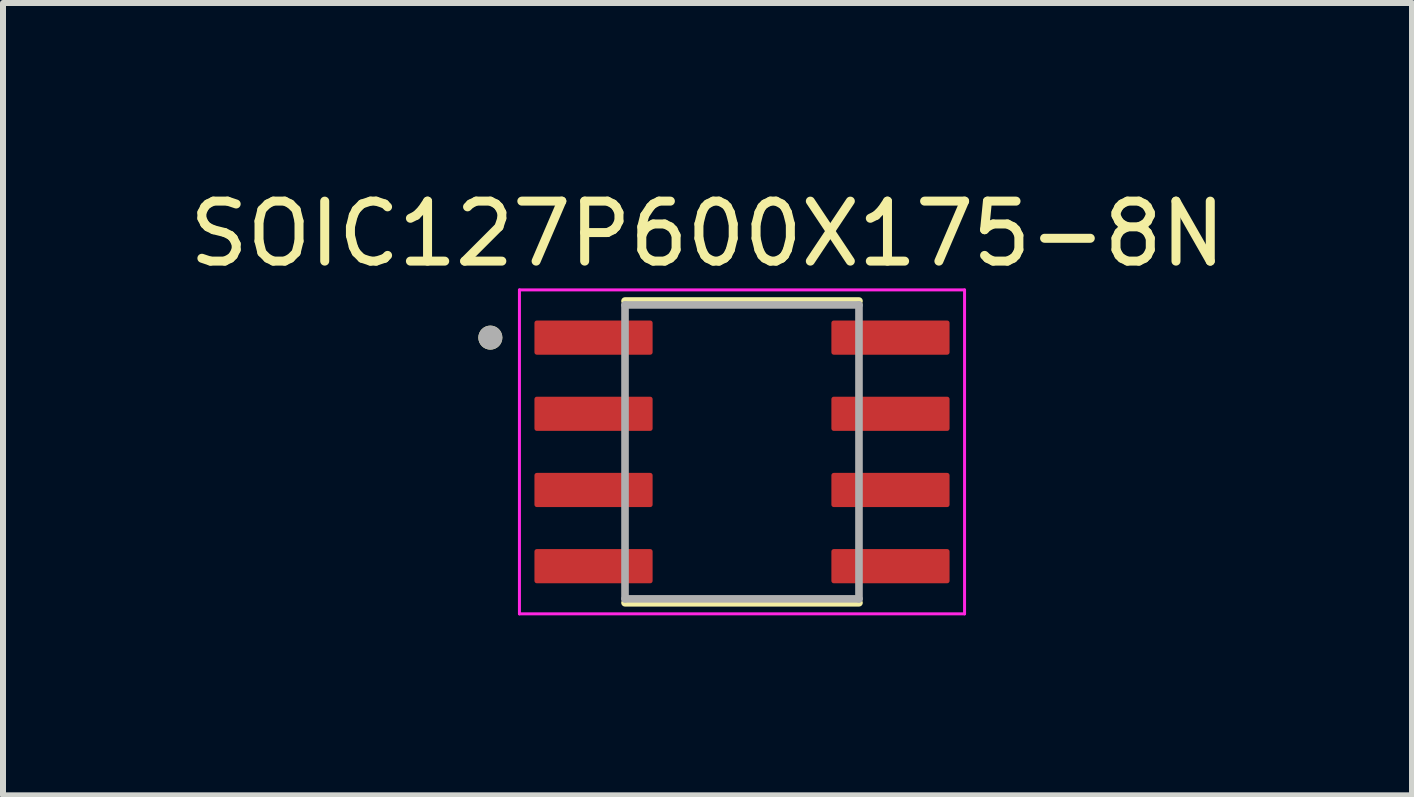
<source format=kicad_pcb>
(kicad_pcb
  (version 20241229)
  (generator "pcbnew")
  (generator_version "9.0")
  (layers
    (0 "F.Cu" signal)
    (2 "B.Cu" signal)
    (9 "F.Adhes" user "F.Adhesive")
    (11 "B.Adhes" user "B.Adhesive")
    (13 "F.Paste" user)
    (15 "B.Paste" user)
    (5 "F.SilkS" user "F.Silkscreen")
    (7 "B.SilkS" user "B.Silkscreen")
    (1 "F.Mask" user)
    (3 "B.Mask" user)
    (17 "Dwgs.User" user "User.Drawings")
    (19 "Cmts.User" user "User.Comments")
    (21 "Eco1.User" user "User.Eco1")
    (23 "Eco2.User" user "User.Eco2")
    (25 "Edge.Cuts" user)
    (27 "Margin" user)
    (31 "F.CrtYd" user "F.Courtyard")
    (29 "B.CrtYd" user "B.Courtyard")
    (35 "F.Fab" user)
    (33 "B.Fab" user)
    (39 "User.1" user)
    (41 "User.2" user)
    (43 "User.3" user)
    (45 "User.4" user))
  (footprint "SOIC127P600X175-8N"
    (layer "F.Cu")
    (at 9.319 4.483)
    (property "Reference" "SOIC127P600X175-8N" (at -0.575 -3.635 0) (layer "F.SilkS") (effects (font (size 1 1) (thickness 0.15))))
    (attr smd)
    (fp_line (start -1.95 -2.515) (end 1.95 -2.515) (stroke (width 0.127) (type solid)) (layer "F.SilkS"))
    (fp_line (start -1.95 2.515) (end 1.95 2.515) (stroke (width 0.127) (type solid)) (layer "F.SilkS"))
    (fp_circle (center -4.195 -1.905) (end -4.095 -1.905) (stroke (width 0.2) (type solid)) (fill no) (layer "F.SilkS"))
    (fp_line (start -3.71 -2.7) (end -3.71 2.7) (stroke (width 0.05) (type solid)) (layer "F.CrtYd"))
    (fp_line (start -3.71 -2.7) (end 3.71 -2.7) (stroke (width 0.05) (type solid)) (layer "F.CrtYd"))
    (fp_line (start -3.71 2.7) (end 3.71 2.7) (stroke (width 0.05) (type solid)) (layer "F.CrtYd"))
    (fp_line (start 3.71 -2.7) (end 3.71 2.7) (stroke (width 0.05) (type solid)) (layer "F.CrtYd"))
    (fp_line (start -1.95 -2.45) (end -1.95 2.45) (stroke (width 0.127) (type solid)) (layer "F.Fab"))
    (fp_line (start -1.95 -2.45) (end 1.95 -2.45) (stroke (width 0.127) (type solid)) (layer "F.Fab"))
    (fp_line (start -1.95 2.45) (end 1.95 2.45) (stroke (width 0.127) (type solid)) (layer "F.Fab"))
    (fp_line (start 1.95 -2.45) (end 1.95 2.45) (stroke (width 0.127) (type solid)) (layer "F.Fab"))
    (fp_circle (center -4.195 -1.905) (end -4.095 -1.905) (stroke (width 0.2) (type solid)) (fill no) (layer "F.Fab"))
    (pad "1" smd roundrect (at -2.475 -1.905) (size 1.97 0.57) (layers "F.Cu" "F.Mask" "F.Paste") (roundrect_rratio 0.07))
    (pad "2" smd roundrect (at -2.475 -0.635) (size 1.97 0.57) (layers "F.Cu" "F.Mask" "F.Paste") (roundrect_rratio 0.07))
    (pad "3" smd roundrect (at -2.475 0.635) (size 1.97 0.57) (layers "F.Cu" "F.Mask" "F.Paste") (roundrect_rratio 0.07))
    (pad "4" smd roundrect (at -2.475 1.905) (size 1.97 0.57) (layers "F.Cu" "F.Mask" "F.Paste") (roundrect_rratio 0.07))
    (pad "5" smd roundrect (at 2.475 1.905) (size 1.97 0.57) (layers "F.Cu" "F.Mask" "F.Paste") (roundrect_rratio 0.07))
    (pad "6" smd roundrect (at 2.475 0.635) (size 1.97 0.57) (layers "F.Cu" "F.Mask" "F.Paste") (roundrect_rratio 0.07))
    (pad "7" smd roundrect (at 2.475 -0.635) (size 1.97 0.57) (layers "F.Cu" "F.Mask" "F.Paste") (roundrect_rratio 0.07))
    (pad "8" smd roundrect (at 2.475 -1.905) (size 1.97 0.57) (layers "F.Cu" "F.Mask" "F.Paste") (roundrect_rratio 0.07)))
  (gr_rect
    (start -3 -3)
    (end 20.488 10.208)
    (stroke (width 0.1) (type default))
    (fill no)
    (layer "Edge.Cuts")))
</source>
